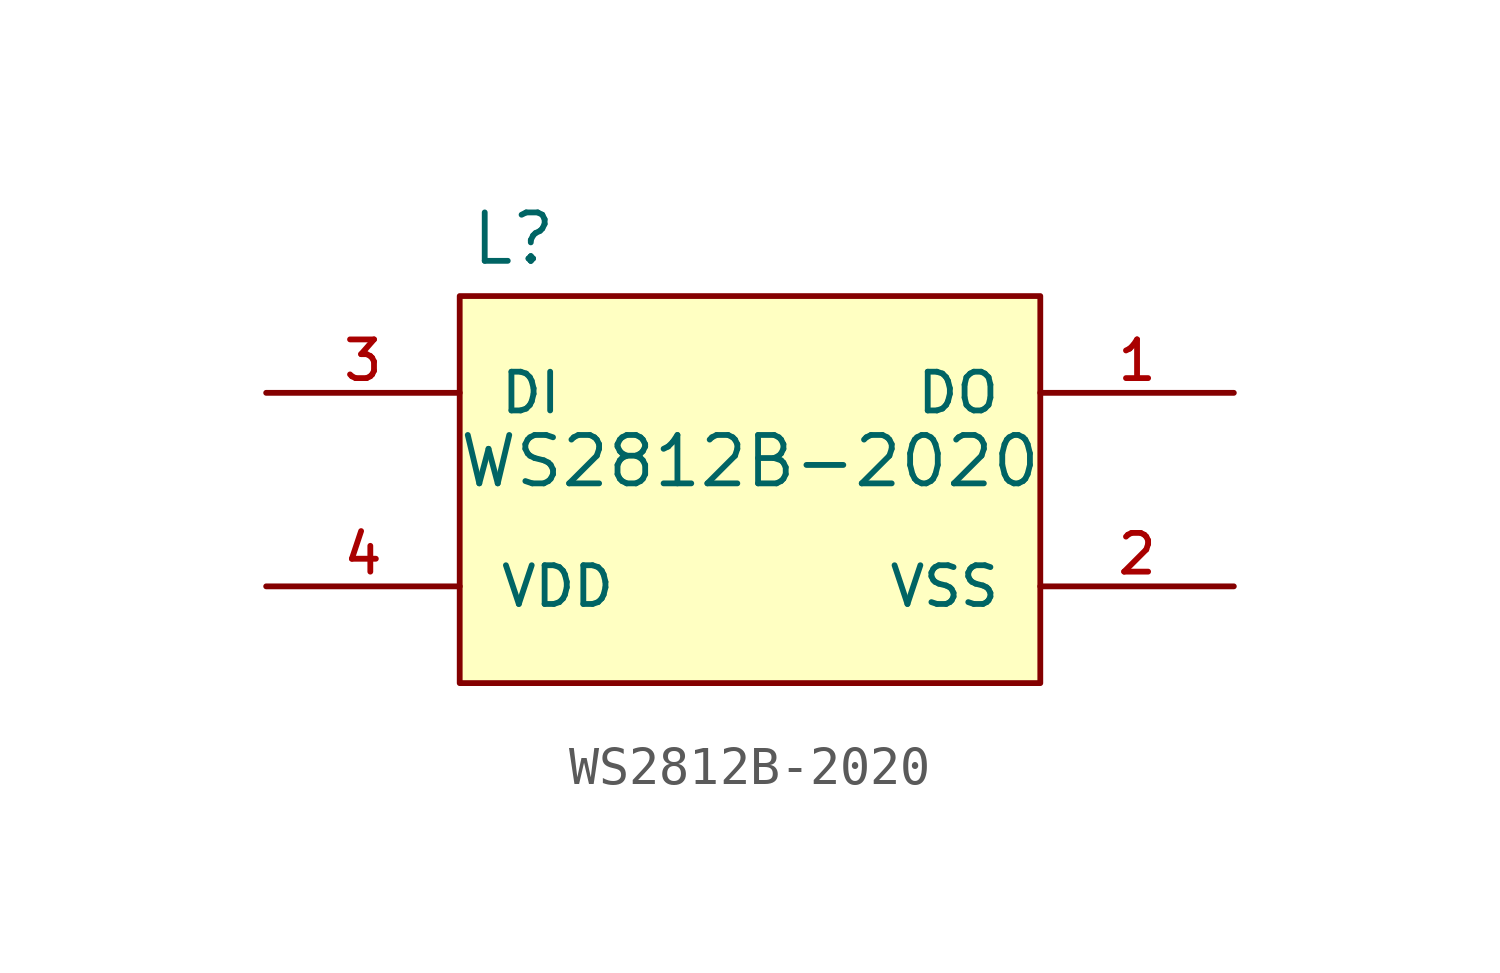
<source format=kicad_sym>
(kicad_symbol_lib
  (version 20211014)
  (generator kicad_symbol_editor)
  (symbol "WS2812B-2020"
    (pin_names
      (offset 1.016))
    (property "Reference" "L"
      (at -7.366 5.842 0)
      (effects (font (size 1.27 1.27)) (justify bottom left)))
    (property "Value" "WS2812B-2020"
      (at 0 0.0 0)
      (effects (font (size 1.27 1.27)) (justify bottom)))
    (symbol "WS2812B-2020_0_0"
      (rectangle (start -7.62 -5.08) (end 7.62 5.08) (stroke (width 0.152)) (fill (type background)))
      (pin bidirectional line (at -12.7 -2.54 0) (length 5.08) (name "VDD" (effects (font (size 1.016 1.016)))) (number "4" (effects (font (size 1.016 1.016)))))
      (pin bidirectional line (at -12.7 2.54 0) (length 5.08) (name "DI" (effects (font (size 1.016 1.016)))) (number "3" (effects (font (size 1.016 1.016)))))
      (pin bidirectional line (at 12.7 2.54 180.0) (length 5.08) (name "DO" (effects (font (size 1.016 1.016)))) (number "1" (effects (font (size 1.016 1.016)))))
      (pin bidirectional line (at 12.7 -2.54 180.0) (length 5.08) (name "VSS" (effects (font (size 1.016 1.016)))) (number "2" (effects (font (size 1.016 1.016))))))))
</source>
